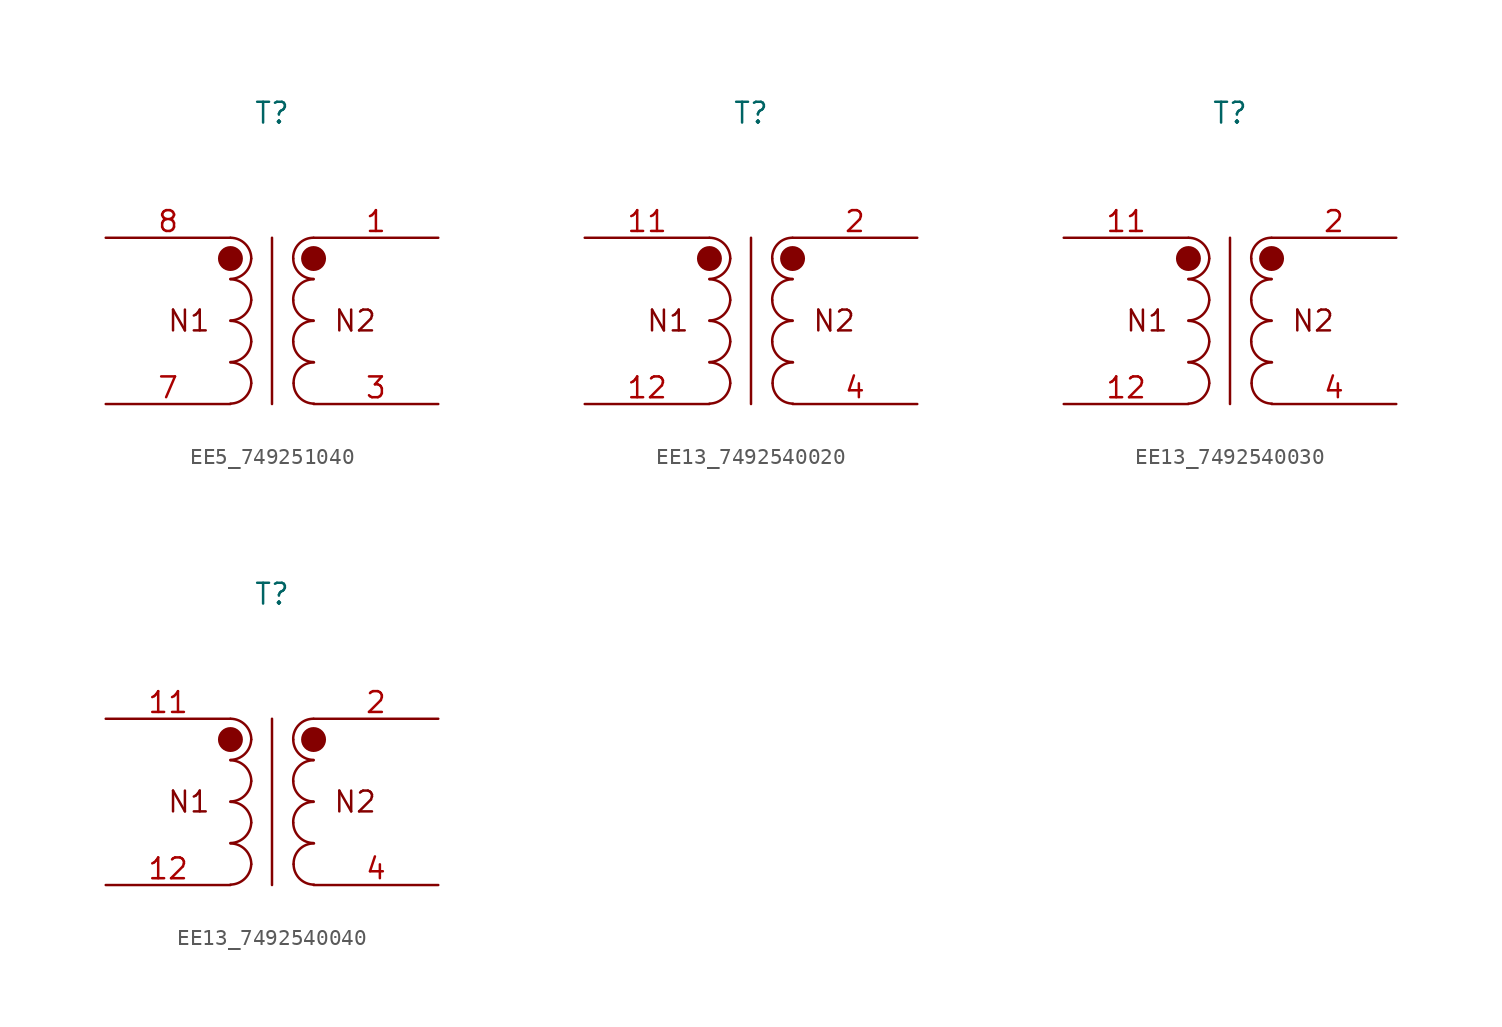
<source format=kicad_sym>
(kicad_symbol_lib
  (version 20220914)
  (generator kicad_symbol_editor)
  (symbol "EE5_749251040"
    (pin_names hide)
    (property "Reference" "T"
      (at 0 12.7 0)
      (effects (font (size 1.27 1.27))))
    (property "Critical Parameter" ""
      (at 0 -5.08 0)
      (effects (font (size 1.27 1.27))))
    (symbol "EE5_749251040_0_1"
      (arc (start -2.54 -5.0546) (mid -1.6599 -4.6901) (end -1.27 -3.81) (stroke (width 0) (type default)) (fill (type none)))
      (arc (start -2.54 -2.5146) (mid -1.6599 -2.1501) (end -1.27 -1.27) (stroke (width 0) (type default)) (fill (type none)))
      (arc (start -2.54 0.0254) (mid -1.6599 0.3899) (end -1.27 1.27) (stroke (width 0) (type default)) (fill (type none)))
      (arc (start -2.54 2.5654) (mid -1.6599 2.9299) (end -1.27 3.81) (stroke (width 0) (type default)) (fill (type none)))
      (arc (start -1.27 -3.81) (mid -1.642 -2.912) (end -2.54 -2.54) (stroke (width 0) (type default)) (fill (type none)))
      (arc (start -1.27 -1.27) (mid -1.642 -0.372) (end -2.54 0) (stroke (width 0) (type default)) (fill (type none)))
      (arc (start -1.27 1.27) (mid -1.642 2.168) (end -2.54 2.54) (stroke (width 0) (type default)) (fill (type none)))
      (arc (start -1.27 3.81) (mid -1.642 4.708) (end -2.54 5.08) (stroke (width 0) (type default)) (fill (type none)))
      (polyline (pts (xy 0 5.08) (xy 0 -5.08)) (stroke (width 0) (type default)) (fill (type none)))
      (arc (start 1.2954 -1.27) (mid 1.6599 -2.1501) (end 2.54 -2.5146) (stroke (width 0) (type default)) (fill (type none)))
      (arc (start 1.2954 1.27) (mid 1.6599 0.3899) (end 2.54 0.0254) (stroke (width 0) (type default)) (fill (type none)))
      (arc (start 1.2954 3.81) (mid 1.6599 2.9299) (end 2.54 2.5654) (stroke (width 0) (type default)) (fill (type none)))
      (arc (start 1.3208 -3.81) (mid 1.6853 -4.6901) (end 2.5654 -5.0546) (stroke (width 0) (type default)) (fill (type none)))
      (arc (start 2.54 0) (mid 1.642 -0.372) (end 1.2954 -1.27) (stroke (width 0) (type default)) (fill (type none)))
      (arc (start 2.54 2.54) (mid 1.642 2.168) (end 1.2954 1.27) (stroke (width 0) (type default)) (fill (type none)))
      (arc (start 2.54 5.08) (mid 1.642 4.708) (end 1.2954 3.81) (stroke (width 0) (type default)) (fill (type none)))
      (arc (start 2.5654 -2.54) (mid 1.6674 -2.912) (end 1.3208 -3.81) (stroke (width 0) (type default)) (fill (type none))))
    (symbol "EE5_749251040_1_1"
      (circle (center -2.54 3.81) (radius 0.0001) (stroke (width 0.762) (type default)) (fill (type none)))
      (circle (center 2.54 3.81) (radius 0.0001) (stroke (width 0.762) (type default)) (fill (type none)))
      (text "N1" (at -5.08 0 0) (effects (font (size 1.27 1.27))))
      (text "N2" (at 5.08 0 0) (effects (font (size 1.27 1.27))))
      (pin passive line (at -10.16 5.08 0) (length 7.62) (name "8" (effects (font (size 1.27 1.27)))) (number "8" (effects (font (size 1.27 1.27)))))
      (pin passive line (at -10.16 -5.08 0) (length 7.62) (name "7" (effects (font (size 1.27 1.27)))) (number "7" (effects (font (size 1.27 1.27)))))
      (pin passive line (at 10.16 -5.08 180) (length 7.62) (name "3" (effects (font (size 1.27 1.27)))) (number "3" (effects (font (size 1.27 1.27)))))
      (pin passive line (at 10.16 5.08 180) (length 7.62) (name "1" (effects (font (size 1.27 1.27)))) (number "1" (effects (font (size 1.27 1.27)))))))
  (symbol "EE13_7492540020"
    (pin_names hide)
    (property "Reference" "T"
      (at 0 12.7 0)
      (effects (font (size 1.27 1.27))))
    (property "Critical Parameter" ""
      (at 0 -5.08 0)
      (effects (font (size 1.27 1.27))))
    (symbol "EE13_7492540020_0_1"
      (arc (start -2.54 -5.0546) (mid -1.6599 -4.6901) (end -1.27 -3.81) (stroke (width 0) (type default)) (fill (type none)))
      (arc (start -2.54 -2.5146) (mid -1.6599 -2.1501) (end -1.27 -1.27) (stroke (width 0) (type default)) (fill (type none)))
      (arc (start -2.54 0.0254) (mid -1.6599 0.3899) (end -1.27 1.27) (stroke (width 0) (type default)) (fill (type none)))
      (arc (start -2.54 2.5654) (mid -1.6599 2.9299) (end -1.27 3.81) (stroke (width 0) (type default)) (fill (type none)))
      (arc (start -1.27 -3.81) (mid -1.642 -2.912) (end -2.54 -2.54) (stroke (width 0) (type default)) (fill (type none)))
      (arc (start -1.27 -1.27) (mid -1.642 -0.372) (end -2.54 0) (stroke (width 0) (type default)) (fill (type none)))
      (arc (start -1.27 1.27) (mid -1.642 2.168) (end -2.54 2.54) (stroke (width 0) (type default)) (fill (type none)))
      (arc (start -1.27 3.81) (mid -1.642 4.708) (end -2.54 5.08) (stroke (width 0) (type default)) (fill (type none)))
      (polyline (pts (xy 0 5.08) (xy 0 -5.08)) (stroke (width 0) (type default)) (fill (type none)))
      (arc (start 1.2954 -1.27) (mid 1.6599 -2.1501) (end 2.54 -2.5146) (stroke (width 0) (type default)) (fill (type none)))
      (arc (start 1.2954 1.27) (mid 1.6599 0.3899) (end 2.54 0.0254) (stroke (width 0) (type default)) (fill (type none)))
      (arc (start 1.2954 3.81) (mid 1.6599 2.9299) (end 2.54 2.5654) (stroke (width 0) (type default)) (fill (type none)))
      (arc (start 1.3208 -3.81) (mid 1.6853 -4.6901) (end 2.5654 -5.0546) (stroke (width 0) (type default)) (fill (type none)))
      (arc (start 2.54 0) (mid 1.642 -0.372) (end 1.2954 -1.27) (stroke (width 0) (type default)) (fill (type none)))
      (arc (start 2.54 2.54) (mid 1.642 2.168) (end 1.2954 1.27) (stroke (width 0) (type default)) (fill (type none)))
      (arc (start 2.54 5.08) (mid 1.642 4.708) (end 1.2954 3.81) (stroke (width 0) (type default)) (fill (type none)))
      (arc (start 2.5654 -2.54) (mid 1.6674 -2.912) (end 1.3208 -3.81) (stroke (width 0) (type default)) (fill (type none))))
    (symbol "EE13_7492540020_1_1"
      (circle (center -2.54 3.81) (radius 0.0001) (stroke (width 0.762) (type default)) (fill (type none)))
      (circle (center 2.54 3.81) (radius 0.0001) (stroke (width 0.762) (type default)) (fill (type none)))
      (text "N1" (at -5.08 0 0) (effects (font (size 1.27 1.27))))
      (text "N2" (at 5.08 0 0) (effects (font (size 1.27 1.27))))
      (pin passive line (at -10.16 5.08 0) (length 7.62) (name "11" (effects (font (size 1.27 1.27)))) (number "11" (effects (font (size 1.27 1.27)))))
      (pin passive line (at -10.16 -5.08 0) (length 7.62) (name "12" (effects (font (size 1.27 1.27)))) (number "12" (effects (font (size 1.27 1.27)))))
      (pin passive line (at 10.16 -5.08 180) (length 7.62) (name "4" (effects (font (size 1.27 1.27)))) (number "4" (effects (font (size 1.27 1.27)))))
      (pin passive line (at 10.16 5.08 180) (length 7.62) (name "2" (effects (font (size 1.27 1.27)))) (number "2" (effects (font (size 1.27 1.27)))))))
  (symbol "EE13_7492540030"
    (pin_names hide)
    (property "Reference" "T"
      (at 0 12.7 0)
      (effects (font (size 1.27 1.27))))
    (property "Critical Parameter" ""
      (at 0 -5.08 0)
      (effects (font (size 1.27 1.27))))
    (symbol "EE13_7492540030_0_1"
      (arc (start -2.54 -5.0546) (mid -1.6599 -4.6901) (end -1.27 -3.81) (stroke (width 0) (type default)) (fill (type none)))
      (arc (start -2.54 -2.5146) (mid -1.6599 -2.1501) (end -1.27 -1.27) (stroke (width 0) (type default)) (fill (type none)))
      (arc (start -2.54 0.0254) (mid -1.6599 0.3899) (end -1.27 1.27) (stroke (width 0) (type default)) (fill (type none)))
      (arc (start -2.54 2.5654) (mid -1.6599 2.9299) (end -1.27 3.81) (stroke (width 0) (type default)) (fill (type none)))
      (arc (start -1.27 -3.81) (mid -1.642 -2.912) (end -2.54 -2.54) (stroke (width 0) (type default)) (fill (type none)))
      (arc (start -1.27 -1.27) (mid -1.642 -0.372) (end -2.54 0) (stroke (width 0) (type default)) (fill (type none)))
      (arc (start -1.27 1.27) (mid -1.642 2.168) (end -2.54 2.54) (stroke (width 0) (type default)) (fill (type none)))
      (arc (start -1.27 3.81) (mid -1.642 4.708) (end -2.54 5.08) (stroke (width 0) (type default)) (fill (type none)))
      (polyline (pts (xy 0 5.08) (xy 0 -5.08)) (stroke (width 0) (type default)) (fill (type none)))
      (arc (start 1.2954 -1.27) (mid 1.6599 -2.1501) (end 2.54 -2.5146) (stroke (width 0) (type default)) (fill (type none)))
      (arc (start 1.2954 1.27) (mid 1.6599 0.3899) (end 2.54 0.0254) (stroke (width 0) (type default)) (fill (type none)))
      (arc (start 1.2954 3.81) (mid 1.6599 2.9299) (end 2.54 2.5654) (stroke (width 0) (type default)) (fill (type none)))
      (arc (start 1.3208 -3.81) (mid 1.6853 -4.6901) (end 2.5654 -5.0546) (stroke (width 0) (type default)) (fill (type none)))
      (arc (start 2.54 0) (mid 1.642 -0.372) (end 1.2954 -1.27) (stroke (width 0) (type default)) (fill (type none)))
      (arc (start 2.54 2.54) (mid 1.642 2.168) (end 1.2954 1.27) (stroke (width 0) (type default)) (fill (type none)))
      (arc (start 2.54 5.08) (mid 1.642 4.708) (end 1.2954 3.81) (stroke (width 0) (type default)) (fill (type none)))
      (arc (start 2.5654 -2.54) (mid 1.6674 -2.912) (end 1.3208 -3.81) (stroke (width 0) (type default)) (fill (type none))))
    (symbol "EE13_7492540030_1_1"
      (circle (center -2.54 3.81) (radius 0.0001) (stroke (width 0.762) (type default)) (fill (type none)))
      (circle (center 2.54 3.81) (radius 0.0001) (stroke (width 0.762) (type default)) (fill (type none)))
      (text "N1" (at -5.08 0 0) (effects (font (size 1.27 1.27))))
      (text "N2" (at 5.08 0 0) (effects (font (size 1.27 1.27))))
      (pin passive line (at -10.16 5.08 0) (length 7.62) (name "11" (effects (font (size 1.27 1.27)))) (number "11" (effects (font (size 1.27 1.27)))))
      (pin passive line (at -10.16 -5.08 0) (length 7.62) (name "12" (effects (font (size 1.27 1.27)))) (number "12" (effects (font (size 1.27 1.27)))))
      (pin passive line (at 10.16 -5.08 180) (length 7.62) (name "4" (effects (font (size 1.27 1.27)))) (number "4" (effects (font (size 1.27 1.27)))))
      (pin passive line (at 10.16 5.08 180) (length 7.62) (name "2" (effects (font (size 1.27 1.27)))) (number "2" (effects (font (size 1.27 1.27)))))))
  (symbol "EE13_7492540040"
    (pin_names hide)
    (property "Reference" "T"
      (at 0 12.7 0)
      (effects (font (size 1.27 1.27))))
    (property "Critical Parameter" ""
      (at 0 -5.08 0)
      (effects (font (size 1.27 1.27))))
    (symbol "EE13_7492540040_0_1"
      (arc (start -2.54 -5.0546) (mid -1.6599 -4.6901) (end -1.27 -3.81) (stroke (width 0) (type default)) (fill (type none)))
      (arc (start -2.54 -2.5146) (mid -1.6599 -2.1501) (end -1.27 -1.27) (stroke (width 0) (type default)) (fill (type none)))
      (arc (start -2.54 0.0254) (mid -1.6599 0.3899) (end -1.27 1.27) (stroke (width 0) (type default)) (fill (type none)))
      (arc (start -2.54 2.5654) (mid -1.6599 2.9299) (end -1.27 3.81) (stroke (width 0) (type default)) (fill (type none)))
      (arc (start -1.27 -3.81) (mid -1.642 -2.912) (end -2.54 -2.54) (stroke (width 0) (type default)) (fill (type none)))
      (arc (start -1.27 -1.27) (mid -1.642 -0.372) (end -2.54 0) (stroke (width 0) (type default)) (fill (type none)))
      (arc (start -1.27 1.27) (mid -1.642 2.168) (end -2.54 2.54) (stroke (width 0) (type default)) (fill (type none)))
      (arc (start -1.27 3.81) (mid -1.642 4.708) (end -2.54 5.08) (stroke (width 0) (type default)) (fill (type none)))
      (polyline (pts (xy 0 5.08) (xy 0 -5.08)) (stroke (width 0) (type default)) (fill (type none)))
      (arc (start 1.2954 -1.27) (mid 1.6599 -2.1501) (end 2.54 -2.5146) (stroke (width 0) (type default)) (fill (type none)))
      (arc (start 1.2954 1.27) (mid 1.6599 0.3899) (end 2.54 0.0254) (stroke (width 0) (type default)) (fill (type none)))
      (arc (start 1.2954 3.81) (mid 1.6599 2.9299) (end 2.54 2.5654) (stroke (width 0) (type default)) (fill (type none)))
      (arc (start 1.3208 -3.81) (mid 1.6853 -4.6901) (end 2.5654 -5.0546) (stroke (width 0) (type default)) (fill (type none)))
      (arc (start 2.54 0) (mid 1.642 -0.372) (end 1.2954 -1.27) (stroke (width 0) (type default)) (fill (type none)))
      (arc (start 2.54 2.54) (mid 1.642 2.168) (end 1.2954 1.27) (stroke (width 0) (type default)) (fill (type none)))
      (arc (start 2.54 5.08) (mid 1.642 4.708) (end 1.2954 3.81) (stroke (width 0) (type default)) (fill (type none)))
      (arc (start 2.5654 -2.54) (mid 1.6674 -2.912) (end 1.3208 -3.81) (stroke (width 0) (type default)) (fill (type none))))
    (symbol "EE13_7492540040_1_1"
      (circle (center -2.54 3.81) (radius 0.0001) (stroke (width 0.762) (type default)) (fill (type none)))
      (circle (center 2.54 3.81) (radius 0.0001) (stroke (width 0.762) (type default)) (fill (type none)))
      (text "N1" (at -5.08 0 0) (effects (font (size 1.27 1.27))))
      (text "N2" (at 5.08 0 0) (effects (font (size 1.27 1.27))))
      (pin passive line (at -10.16 5.08 0) (length 7.62) (name "11" (effects (font (size 1.27 1.27)))) (number "11" (effects (font (size 1.27 1.27)))))
      (pin passive line (at -10.16 -5.08 0) (length 7.62) (name "12" (effects (font (size 1.27 1.27)))) (number "12" (effects (font (size 1.27 1.27)))))
      (pin passive line (at 10.16 -5.08 180) (length 7.62) (name "4" (effects (font (size 1.27 1.27)))) (number "4" (effects (font (size 1.27 1.27)))))
      (pin passive line (at 10.16 5.08 180) (length 7.62) (name "2" (effects (font (size 1.27 1.27)))) (number "2" (effects (font (size 1.27 1.27))))))))
</source>
